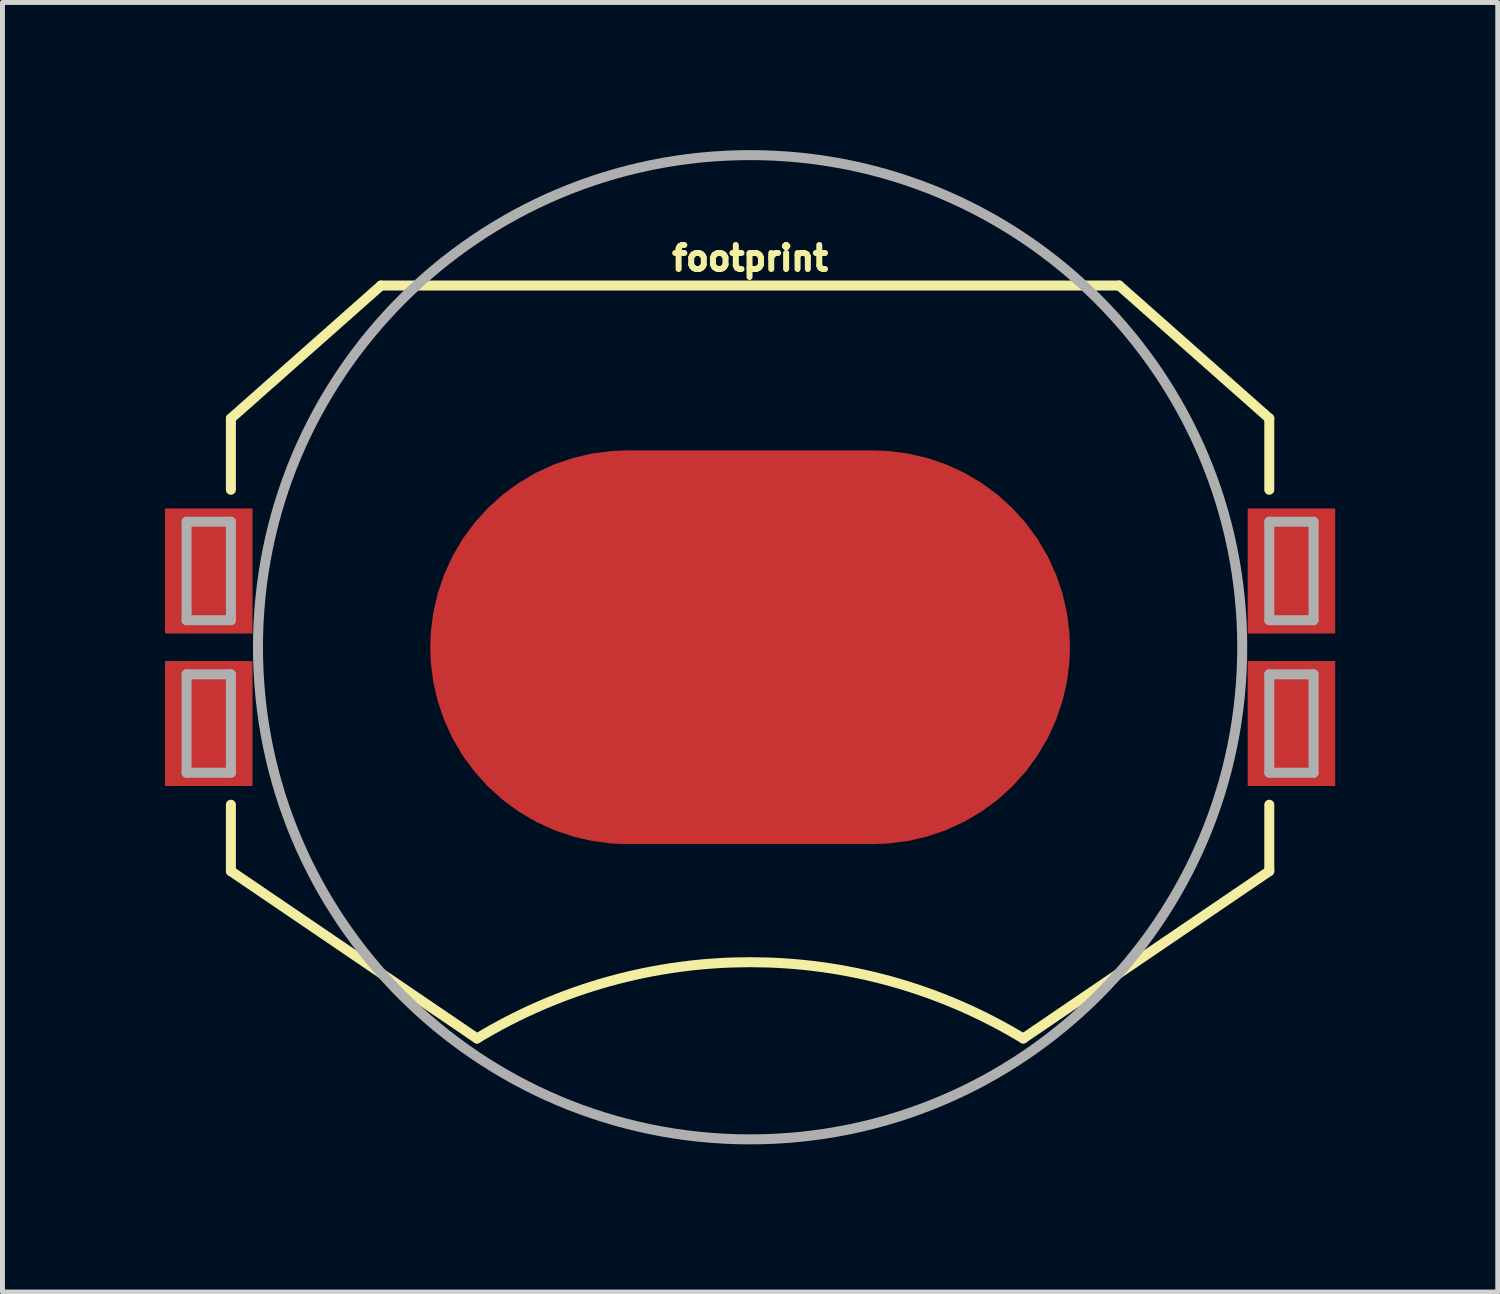
<source format=kicad_pcb>
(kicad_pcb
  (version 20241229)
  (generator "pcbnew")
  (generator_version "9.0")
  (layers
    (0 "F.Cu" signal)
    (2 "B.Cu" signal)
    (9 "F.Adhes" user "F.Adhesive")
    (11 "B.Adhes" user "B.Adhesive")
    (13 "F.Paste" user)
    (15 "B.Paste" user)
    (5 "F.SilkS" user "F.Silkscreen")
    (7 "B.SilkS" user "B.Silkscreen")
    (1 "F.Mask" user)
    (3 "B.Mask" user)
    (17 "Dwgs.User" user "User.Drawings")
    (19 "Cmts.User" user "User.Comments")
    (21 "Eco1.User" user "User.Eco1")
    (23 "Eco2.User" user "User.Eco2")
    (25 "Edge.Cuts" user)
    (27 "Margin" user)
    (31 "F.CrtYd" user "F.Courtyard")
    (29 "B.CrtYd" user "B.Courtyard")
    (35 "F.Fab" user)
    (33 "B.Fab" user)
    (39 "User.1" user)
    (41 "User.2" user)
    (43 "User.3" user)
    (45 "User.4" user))
  (footprint "footprint"
    (layer "F.Cu")
    (at 12.192 10.102)
    (property "Reference" "footprint" (at 0 -7.62 0) (layer "F.SilkS") (effects (font (size 0.488 0.488) (thickness 0.122)) (justify bottom)))
    (fp_line (start -10.55 -3.2) (end -10.55 -4.65) (stroke (width 0.203) (type solid)) (layer "F.SilkS"))
    (fp_line (start -10.55 4.55) (end -10.55 3.2) (stroke (width 0.203) (type solid)) (layer "F.SilkS"))
    (fp_line (start -7.5 -7.35) (end -10.55 -4.65) (stroke (width 0.203) (type solid)) (layer "F.SilkS"))
    (fp_line (start -7.5 -7.35) (end 7.5 -7.35) (stroke (width 0.203) (type solid)) (layer "F.SilkS"))
    (fp_line (start -5.55 7.95) (end -10.55 4.55) (stroke (width 0.203) (type solid)) (layer "F.SilkS"))
    (fp_line (start 7.5 -7.35) (end 10.55 -4.65) (stroke (width 0.203) (type solid)) (layer "F.SilkS"))
    (fp_line (start 10.55 -4.65) (end 10.55 -3.2) (stroke (width 0.203) (type solid)) (layer "F.SilkS"))
    (fp_line (start 10.55 4.55) (end 5.55 7.95) (stroke (width 0.203) (type solid)) (layer "F.SilkS"))
    (fp_line (start 10.55 4.55) (end 10.55 3.2) (stroke (width 0.203) (type solid)) (layer "F.SilkS"))
    (fp_arc (start -5.549999 7.949999) (mid 0.000001 6.400001) (end 5.55 7.95) (stroke (width 0.2032) (type solid)) (layer "F.SilkS"))
    (fp_poly (pts (xy -12.192 3.048) (xy -8.128 3.048) (xy -8.128 -3.048) (xy -12.192 -3.048)) (stroke (width 0) (type solid)) (fill yes) (layer "F.Paste"))
    (fp_poly (pts (xy -2 2) (xy 2 2) (xy 2 -2) (xy -2 -2)) (stroke (width 0) (type solid)) (fill yes) (layer "F.Paste"))
    (fp_poly (pts (xy 8.128 3.048) (xy 12.192 3.048) (xy 12.192 -3.048) (xy 8.128 -3.048)) (stroke (width 0) (type solid)) (fill yes) (layer "F.Paste"))
    (fp_line (start -11.45 -2.55) (end -10.55 -2.55) (stroke (width 0.203) (type solid)) (layer "F.Fab"))
    (fp_line (start -11.45 -0.55) (end -11.45 -2.55) (stroke (width 0.203) (type solid)) (layer "F.Fab"))
    (fp_line (start -11.45 0.55) (end -10.55 0.55) (stroke (width 0.203) (type solid)) (layer "F.Fab"))
    (fp_line (start -11.45 2.55) (end -11.45 0.55) (stroke (width 0.203) (type solid)) (layer "F.Fab"))
    (fp_line (start -10.55 -2.55) (end -10.55 -0.55) (stroke (width 0.203) (type solid)) (layer "F.Fab"))
    (fp_line (start -10.55 -0.55) (end -11.45 -0.55) (stroke (width 0.203) (type solid)) (layer "F.Fab"))
    (fp_line (start -10.55 0.55) (end -10.55 2.55) (stroke (width 0.203) (type solid)) (layer "F.Fab"))
    (fp_line (start -10.55 2.55) (end -11.45 2.55) (stroke (width 0.203) (type solid)) (layer "F.Fab"))
    (fp_line (start 10.55 -2.55) (end 10.55 -0.55) (stroke (width 0.203) (type solid)) (layer "F.Fab"))
    (fp_line (start 10.55 -2.55) (end 11.45 -2.55) (stroke (width 0.203) (type solid)) (layer "F.Fab"))
    (fp_line (start 10.55 0.55) (end 10.55 2.55) (stroke (width 0.203) (type solid)) (layer "F.Fab"))
    (fp_line (start 10.55 0.55) (end 11.45 0.55) (stroke (width 0.203) (type solid)) (layer "F.Fab"))
    (fp_line (start 11.45 -2.55) (end 11.45 -0.55) (stroke (width 0.203) (type solid)) (layer "F.Fab"))
    (fp_line (start 11.45 -0.55) (end 10.55 -0.55) (stroke (width 0.203) (type solid)) (layer "F.Fab"))
    (fp_line (start 11.45 0.55) (end 11.45 2.55) (stroke (width 0.203) (type solid)) (layer "F.Fab"))
    (fp_line (start 11.45 2.55) (end 10.55 2.55) (stroke (width 0.203) (type solid)) (layer "F.Fab"))
    (fp_circle (center 0 0) (end 10 0) (stroke (width 0.203) (type solid)) (fill no) (layer "F.Fab"))
    (pad "1" smd rect (at -11 -1.55 90) (size 2.54 1.778) (layers "F.Cu" "F.Mask"))
    (pad "2" smd roundrect (at 0 0) (size 13 8) (layers "F.Cu" "F.Mask") (roundrect_rratio 0.5))
    (pad "3" smd rect (at 11 -1.55 90) (size 2.54 1.778) (layers "F.Cu" "F.Mask"))
    (pad "P$1" smd rect (at -11 1.55 90) (size 2.54 1.778) (layers "F.Cu" "F.Mask"))
    (pad "P$2" smd rect (at 11 1.55 90) (size 2.54 1.778) (layers "F.Cu" "F.Mask")))
  (gr_rect
    (start -3 -3)
    (end 27.384 23.203)
    (stroke (width 0.1) (type default))
    (fill no)
    (layer "Edge.Cuts")))
</source>
